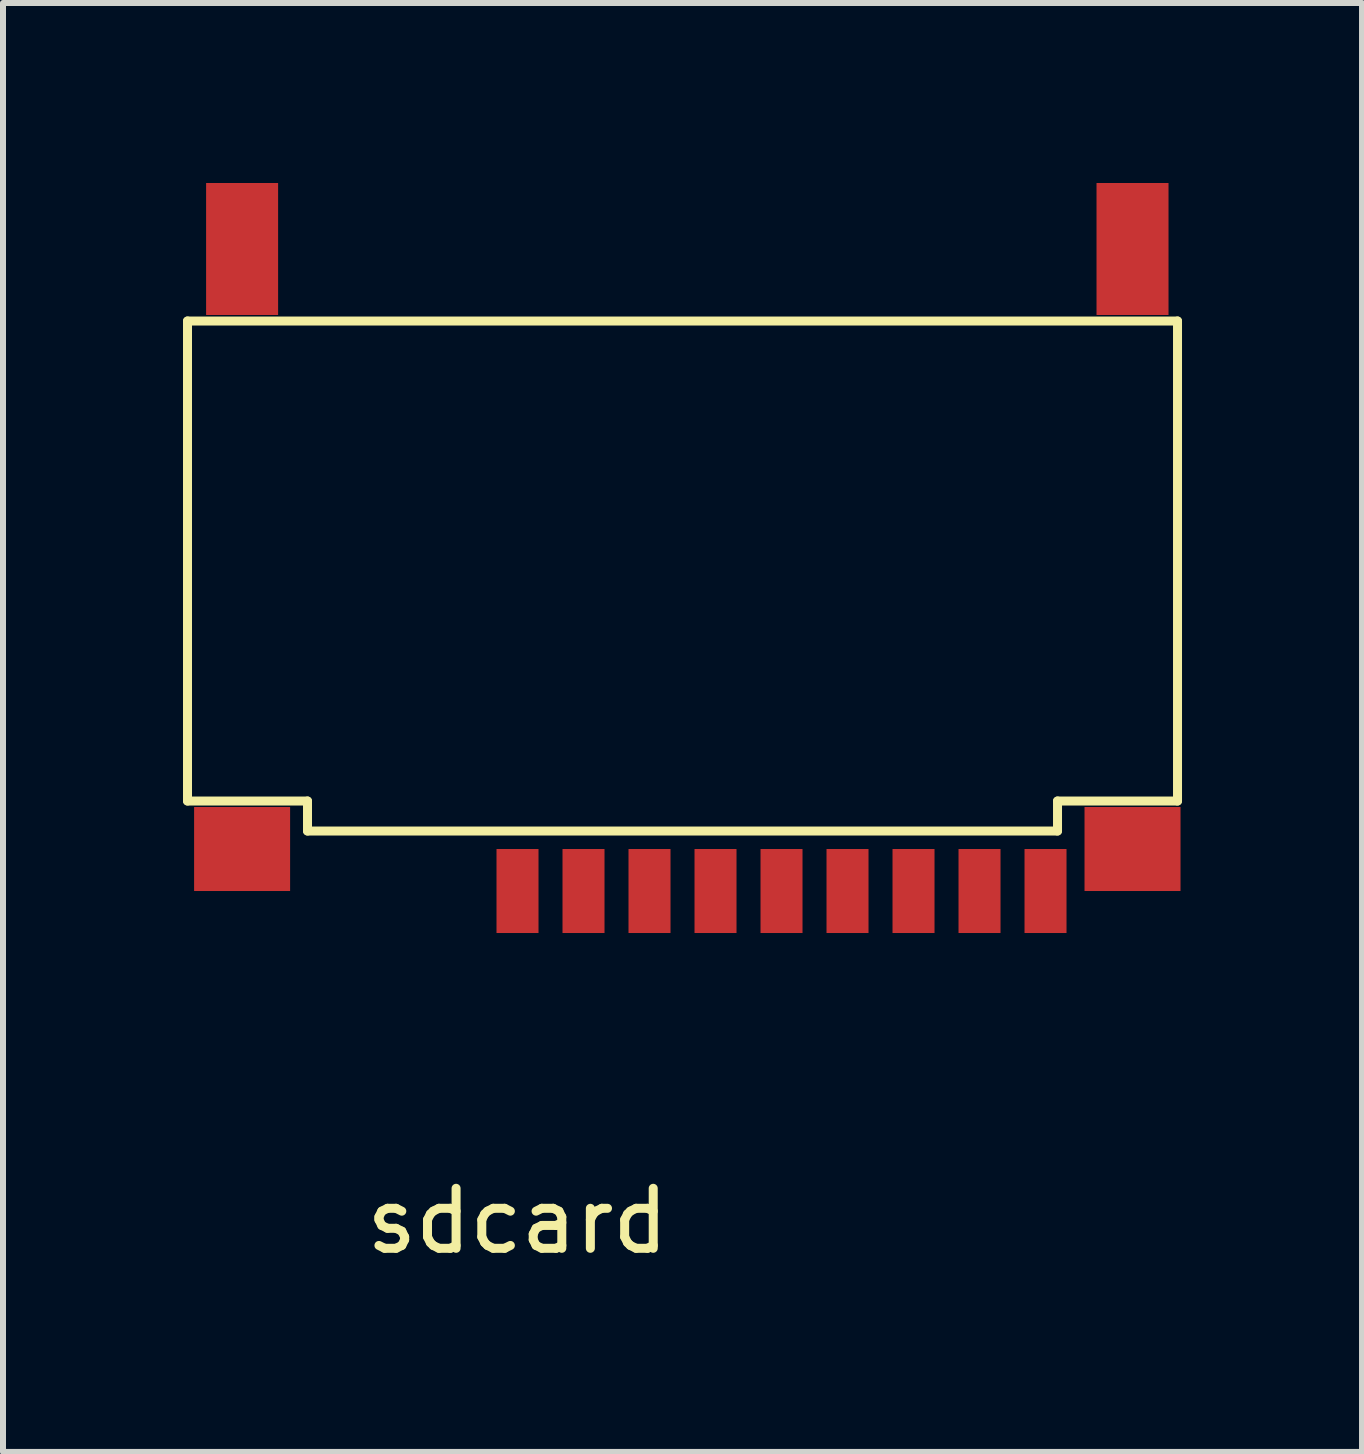
<source format=kicad_pcb>
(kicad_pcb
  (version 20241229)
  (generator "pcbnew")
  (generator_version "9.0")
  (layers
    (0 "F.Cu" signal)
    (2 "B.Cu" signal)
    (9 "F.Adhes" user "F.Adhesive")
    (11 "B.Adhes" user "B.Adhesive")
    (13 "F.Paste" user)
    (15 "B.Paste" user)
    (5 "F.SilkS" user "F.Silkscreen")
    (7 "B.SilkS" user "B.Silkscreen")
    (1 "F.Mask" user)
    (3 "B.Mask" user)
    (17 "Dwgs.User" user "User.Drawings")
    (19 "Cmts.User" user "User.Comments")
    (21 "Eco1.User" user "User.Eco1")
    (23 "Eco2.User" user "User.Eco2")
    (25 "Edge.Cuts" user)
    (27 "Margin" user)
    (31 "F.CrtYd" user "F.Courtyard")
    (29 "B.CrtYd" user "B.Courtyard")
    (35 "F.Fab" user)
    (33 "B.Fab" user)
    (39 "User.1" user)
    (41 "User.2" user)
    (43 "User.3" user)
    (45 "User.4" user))
  (footprint "sdcard"
    (layer "F.Cu")
    (at 5.575 11.8)
    (property "Reference" "sdcard" (at 0 5.5 0) (layer "F.SilkS") (effects (font (size 1 1) (thickness 0.15))))
    (attr through_hole)
    (fp_line (start -5.5 -9.5) (end 11 -9.5) (stroke (width 0.15) (type solid)) (layer "F.SilkS"))
    (fp_line (start -5.5 -1.5) (end -5.5 -9.5) (stroke (width 0.15) (type solid)) (layer "F.SilkS"))
    (fp_line (start -3.5 -1.5) (end -5.5 -1.5) (stroke (width 0.15) (type solid)) (layer "F.SilkS"))
    (fp_line (start -3.5 -1) (end -3.5 -1.5) (stroke (width 0.15) (type solid)) (layer "F.SilkS"))
    (fp_line (start 9 -1.5) (end 9 -1) (stroke (width 0.15) (type solid)) (layer "F.SilkS"))
    (fp_line (start 9 -1) (end -3.5 -1) (stroke (width 0.15) (type solid)) (layer "F.SilkS"))
    (fp_line (start 11 -9.5) (end 11 -1.5) (stroke (width 0.15) (type solid)) (layer "F.SilkS"))
    (fp_line (start 11 -1.5) (end 9 -1.5) (stroke (width 0.15) (type solid)) (layer "F.SilkS"))
    (pad "" smd rect (at -4.59 -10.7) (size 1.2 2.2) (layers "F.Cu" "F.Mask" "F.Paste"))
    (pad "" smd rect (at -4.59 -0.7) (size 1.6 1.4) (layers "F.Cu" "F.Mask" "F.Paste"))
    (pad "" smd rect (at 10.25 -10.7) (size 1.2 2.2) (layers "F.Cu" "F.Mask" "F.Paste"))
    (pad "" smd rect (at 10.25 -0.7) (size 1.6 1.4) (layers "F.Cu" "F.Mask" "F.Paste"))
    (pad "1" smd rect (at 0 0) (size 0.7 1.4) (layers "F.Cu" "F.Mask" "F.Paste"))
    (pad "2" smd rect (at 1.1 0) (size 0.7 1.4) (layers "F.Cu" "F.Mask" "F.Paste"))
    (pad "3" smd rect (at 2.2 0) (size 0.7 1.4) (layers "F.Cu" "F.Mask" "F.Paste"))
    (pad "4" smd rect (at 3.3 0) (size 0.7 1.4) (layers "F.Cu" "F.Mask" "F.Paste"))
    (pad "5" smd rect (at 4.4 0) (size 0.7 1.4) (layers "F.Cu" "F.Mask" "F.Paste"))
    (pad "6" smd rect (at 5.5 0) (size 0.7 1.4) (layers "F.Cu" "F.Mask" "F.Paste"))
    (pad "7" smd rect (at 6.6 0) (size 0.7 1.4) (layers "F.Cu" "F.Mask" "F.Paste"))
    (pad "8" smd rect (at 7.7 0) (size 0.7 1.4) (layers "F.Cu" "F.Mask" "F.Paste"))
    (pad "9" smd rect (at 8.8 0) (size 0.7 1.4) (layers "F.Cu" "F.Mask" "F.Paste")))
  (gr_rect
    (start -3 -3)
    (end 19.65 21.148)
    (stroke (width 0.1) (type default))
    (fill no)
    (layer "Edge.Cuts")))
</source>
